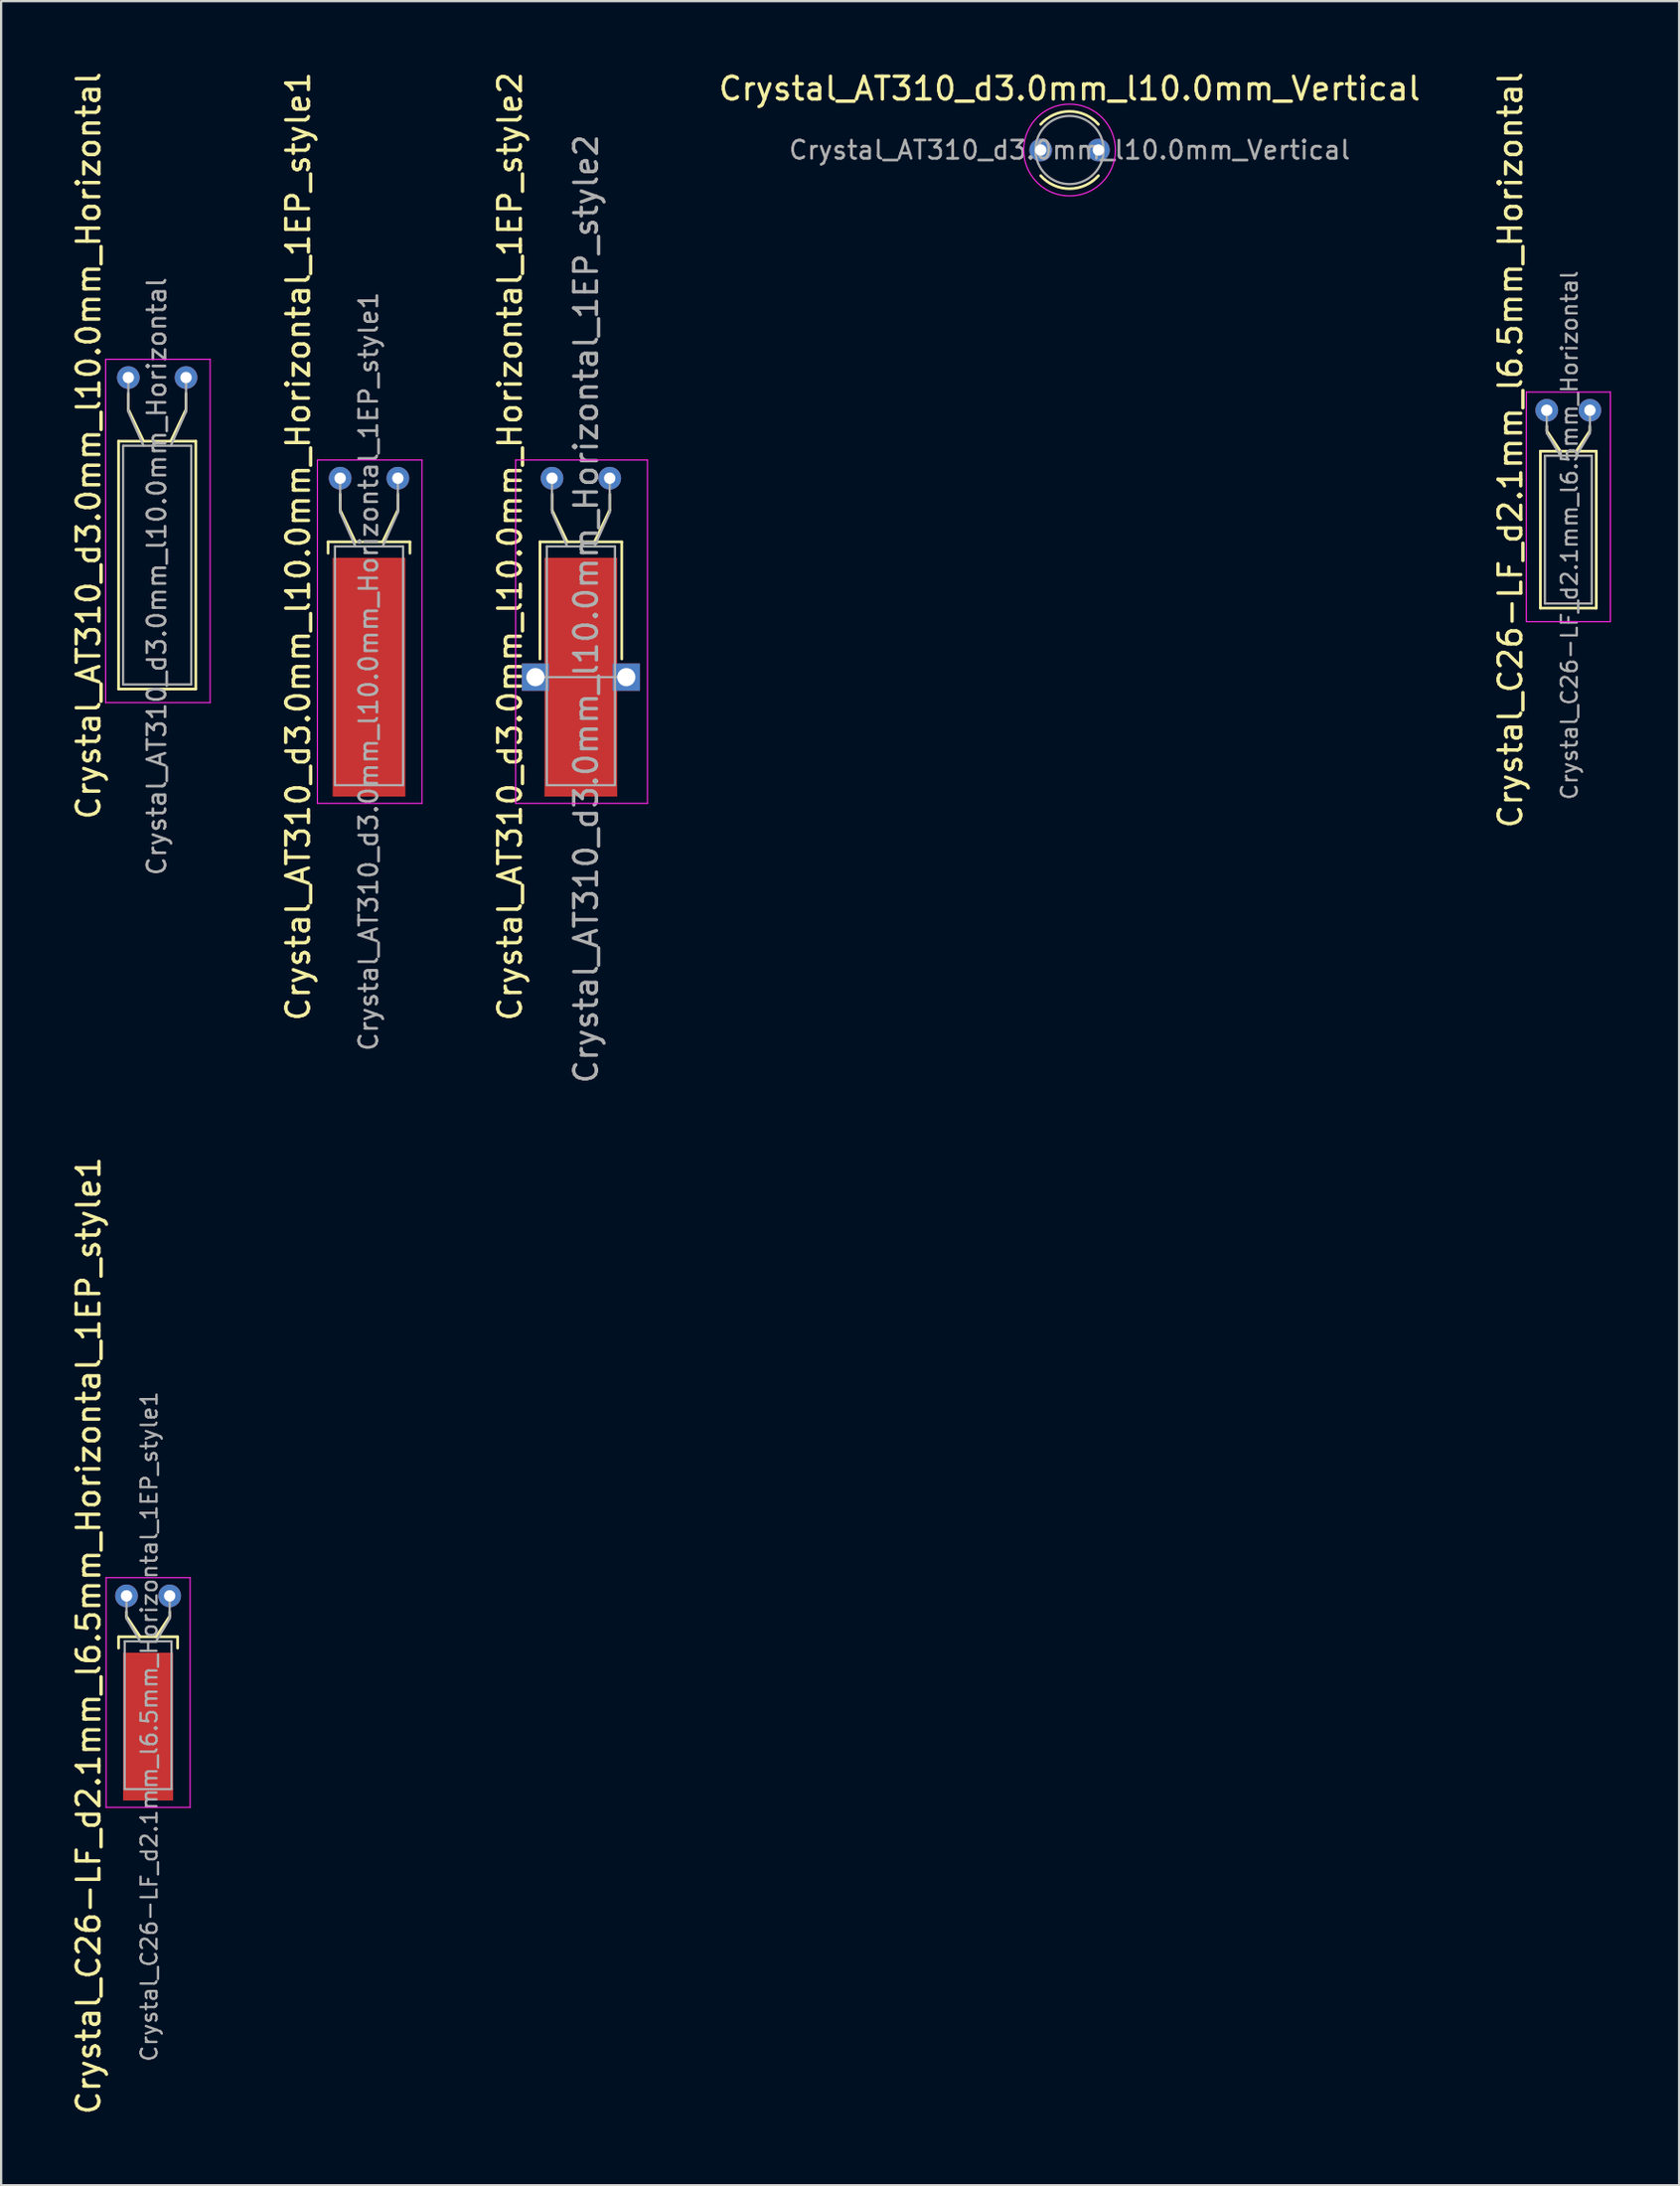
<source format=kicad_pcb>
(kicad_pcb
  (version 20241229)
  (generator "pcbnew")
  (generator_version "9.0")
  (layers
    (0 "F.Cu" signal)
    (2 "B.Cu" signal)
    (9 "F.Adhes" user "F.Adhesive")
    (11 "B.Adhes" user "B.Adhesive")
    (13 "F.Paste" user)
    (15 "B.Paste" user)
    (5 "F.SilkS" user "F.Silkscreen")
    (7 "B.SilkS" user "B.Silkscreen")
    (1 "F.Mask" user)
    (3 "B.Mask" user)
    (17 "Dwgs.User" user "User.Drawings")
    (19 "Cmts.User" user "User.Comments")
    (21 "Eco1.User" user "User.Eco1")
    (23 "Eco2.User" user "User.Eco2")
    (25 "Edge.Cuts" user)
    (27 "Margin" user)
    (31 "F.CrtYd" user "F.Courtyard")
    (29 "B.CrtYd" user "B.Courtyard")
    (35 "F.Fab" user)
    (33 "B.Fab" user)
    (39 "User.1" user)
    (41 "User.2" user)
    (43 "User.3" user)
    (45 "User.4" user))
  (footprint "Crystal_C26-LF_d2.1mm_l6.5mm_Horizontal_1EP_style1"
    (layer "F.Cu")
    (at 2.518 67.137)
    (property "Reference" "Crystal_C26-LF_d2.1mm_l6.5mm_Horizontal_1EP_style1" (at -1.67 1.75 90) (layer "F.SilkS") (effects (font (size 1 1) (thickness 0.15))))
    (attr through_hole)
    (fp_line (start -0.35 1.8) (end 2.25 1.8) (stroke (width 0.12) (type solid)) (layer "F.SilkS"))
    (fp_line (start -0.35 2.3) (end -0.35 1.8) (stroke (width 0.12) (type solid)) (layer "F.SilkS"))
    (fp_line (start 0 0.9) (end 0 0.7) (stroke (width 0.12) (type solid)) (layer "F.SilkS"))
    (fp_line (start 0.6 1.8) (end 0 0.9) (stroke (width 0.12) (type solid)) (layer "F.SilkS"))
    (fp_line (start 1.3 1.8) (end 1.9 0.9) (stroke (width 0.12) (type solid)) (layer "F.SilkS"))
    (fp_line (start 1.9 0.9) (end 1.9 0.7) (stroke (width 0.12) (type solid)) (layer "F.SilkS"))
    (fp_line (start 2.25 1.8) (end 2.25 2.3) (stroke (width 0.12) (type solid)) (layer "F.SilkS"))
    (fp_line (start -0.9 -0.8) (end -0.9 9.3) (stroke (width 0.05) (type solid)) (layer "F.CrtYd"))
    (fp_line (start -0.9 9.3) (end 2.8 9.3) (stroke (width 0.05) (type solid)) (layer "F.CrtYd"))
    (fp_line (start 2.8 -0.8) (end -0.9 -0.8) (stroke (width 0.05) (type solid)) (layer "F.CrtYd"))
    (fp_line (start 2.8 9.3) (end 2.8 -0.8) (stroke (width 0.05) (type solid)) (layer "F.CrtYd"))
    (fp_line (start -0.08 2) (end -0.08 8.5) (stroke (width 0.1) (type solid)) (layer "F.Fab"))
    (fp_line (start -0.08 8.5) (end 1.98 8.5) (stroke (width 0.1) (type solid)) (layer "F.Fab"))
    (fp_line (start 0 1) (end 0 0) (stroke (width 0.1) (type solid)) (layer "F.Fab"))
    (fp_line (start 0.6 2) (end 0 1) (stroke (width 0.1) (type solid)) (layer "F.Fab"))
    (fp_line (start 1.3 2) (end 1.9 1) (stroke (width 0.1) (type solid)) (layer "F.Fab"))
    (fp_line (start 1.9 1) (end 1.9 0) (stroke (width 0.1) (type solid)) (layer "F.Fab"))
    (fp_line (start 1.98 2) (end -0.08 2) (stroke (width 0.1) (type solid)) (layer "F.Fab"))
    (fp_line (start 1.98 8.5) (end 1.98 2) (stroke (width 0.1) (type solid)) (layer "F.Fab"))
    (fp_text user "${REFERENCE}" (at 1 5.75 90) (layer "F.Fab") (effects (font (size 0.7 0.7) (thickness 0.105))))
    (pad "1" thru_hole circle (at 0 0) (size 1 1) (drill 0.5) (layers "*.Cu" "*.Mask"))
    (pad "2" thru_hole circle (at 1.9 0) (size 1 1) (drill 0.5) (layers "*.Cu" "*.Mask"))
    (pad "3" smd rect (at 0.95 5.75) (size 2.2 6.5) (layers "F.Cu" "F.Mask" "F.Paste")))
  (footprint "Crystal_AT310_d3.0mm_l10.0mm_Horizontal_1EP_style1"
    (layer "F.Cu")
    (at 11.921 17.982)
    (property "Reference" "Crystal_AT310_d3.0mm_l10.0mm_Horizontal_1EP_style1" (at -1.85 3 90) (layer "F.SilkS") (effects (font (size 1 1) (thickness 0.15))))
    (attr through_hole)
    (fp_line (start -0.53 2.8) (end 3.07 2.8) (stroke (width 0.12) (type solid)) (layer "F.SilkS"))
    (fp_line (start -0.53 3.3) (end -0.53 2.8) (stroke (width 0.12) (type solid)) (layer "F.SilkS"))
    (fp_line (start 0 1.4) (end 0 0.7) (stroke (width 0.12) (type solid)) (layer "F.SilkS"))
    (fp_line (start 0.67 2.8) (end 0 1.4) (stroke (width 0.12) (type solid)) (layer "F.SilkS"))
    (fp_line (start 1.87 2.8) (end 2.54 1.4) (stroke (width 0.12) (type solid)) (layer "F.SilkS"))
    (fp_line (start 2.54 1.4) (end 2.54 0.7) (stroke (width 0.12) (type solid)) (layer "F.SilkS"))
    (fp_line (start 3.07 2.8) (end 3.07 3.3) (stroke (width 0.12) (type solid)) (layer "F.SilkS"))
    (fp_line (start -1 -0.8) (end -1 14.3) (stroke (width 0.05) (type solid)) (layer "F.CrtYd"))
    (fp_line (start -1 14.3) (end 3.6 14.3) (stroke (width 0.05) (type solid)) (layer "F.CrtYd"))
    (fp_line (start 3.6 -0.8) (end -1 -0.8) (stroke (width 0.05) (type solid)) (layer "F.CrtYd"))
    (fp_line (start 3.6 14.3) (end 3.6 -0.8) (stroke (width 0.05) (type solid)) (layer "F.CrtYd"))
    (fp_line (start -0.23 3) (end -0.23 13.5) (stroke (width 0.1) (type solid)) (layer "F.Fab"))
    (fp_line (start -0.23 13.5) (end 2.77 13.5) (stroke (width 0.1) (type solid)) (layer "F.Fab"))
    (fp_line (start 0 1.5) (end 0 0) (stroke (width 0.1) (type solid)) (layer "F.Fab"))
    (fp_line (start 0.67 3) (end 0 1.5) (stroke (width 0.1) (type solid)) (layer "F.Fab"))
    (fp_line (start 1.87 3) (end 2.54 1.5) (stroke (width 0.1) (type solid)) (layer "F.Fab"))
    (fp_line (start 2.54 1.5) (end 2.54 0) (stroke (width 0.1) (type solid)) (layer "F.Fab"))
    (fp_line (start 2.77 3) (end -0.23 3) (stroke (width 0.1) (type solid)) (layer "F.Fab"))
    (fp_line (start 2.77 13.5) (end 2.77 3) (stroke (width 0.1) (type solid)) (layer "F.Fab"))
    (fp_text user "${REFERENCE}" (at 1.25 8.5 90) (layer "F.Fab") (effects (font (size 0.8 0.8) (thickness 0.12))))
    (pad "1" thru_hole circle (at 0 0) (size 1 1) (drill 0.5) (layers "*.Cu" "*.Mask"))
    (pad "2" thru_hole circle (at 2.54 0) (size 1 1) (drill 0.5) (layers "*.Cu" "*.Mask"))
    (pad "3" smd rect (at 1.27 8.75) (size 3.2 10.5) (layers "F.Cu" "F.Mask" "F.Paste")))
  (footprint "Crystal_AT310_d3.0mm_l10.0mm_Vertical"
    (layer "F.Cu")
    (at 42.753 3.548)
    (property "Reference" "Crystal_AT310_d3.0mm_l10.0mm_Vertical" (at 1.27 -2.7 0) (layer "F.SilkS") (effects (font (size 1 1) (thickness 0.15))))
    (attr through_hole)
    (fp_arc (start 0 -1.130088) (mid 1.270408 -1.7) (end 2.540542 -1.129479) (stroke (width 0.12) (type solid)) (layer "F.SilkS"))
    (fp_arc (start 2.540542 1.129479) (mid 1.270408 1.7) (end 0 1.130088) (stroke (width 0.12) (type solid)) (layer "F.SilkS"))
    (fp_circle (center 1.27 0) (end 3.29 0) (stroke (width 0.05) (type solid)) (fill no) (layer "F.CrtYd"))
    (fp_circle (center 1.27 0) (end 2.77 0) (stroke (width 0.1) (type solid)) (fill no) (layer "F.Fab"))
    (fp_text user "${REFERENCE}" (at 1.27 0 0) (layer "F.Fab") (effects (font (size 0.8 0.8) (thickness 0.12))))
    (pad "1" thru_hole circle (at 0 0) (size 1 1) (drill 0.5) (layers "*.Cu" "*.Mask"))
    (pad "2" thru_hole circle (at 2.54 0) (size 1 1) (drill 0.5) (layers "*.Cu" "*.Mask")))
  (footprint "Crystal_C26-LF_d2.1mm_l6.5mm_Horizontal"
    (layer "F.Cu")
    (at 65.025 14.994)
    (property "Reference" "Crystal_C26-LF_d2.1mm_l6.5mm_Horizontal" (at -1.6 1.75 90) (layer "F.SilkS") (effects (font (size 1 1) (thickness 0.15))))
    (attr through_hole)
    (fp_line (start -0.28 1.8) (end -0.28 8.7) (stroke (width 0.12) (type solid)) (layer "F.SilkS"))
    (fp_line (start -0.28 8.7) (end 2.18 8.7) (stroke (width 0.12) (type solid)) (layer "F.SilkS"))
    (fp_line (start 0 0.9) (end 0 0.7) (stroke (width 0.12) (type solid)) (layer "F.SilkS"))
    (fp_line (start 0.6 1.8) (end 0 0.9) (stroke (width 0.12) (type solid)) (layer "F.SilkS"))
    (fp_line (start 1.3 1.8) (end 1.9 0.9) (stroke (width 0.12) (type solid)) (layer "F.SilkS"))
    (fp_line (start 1.9 0.9) (end 1.9 0.7) (stroke (width 0.12) (type solid)) (layer "F.SilkS"))
    (fp_line (start 2.18 1.8) (end -0.28 1.8) (stroke (width 0.12) (type solid)) (layer "F.SilkS"))
    (fp_line (start 2.18 8.7) (end 2.18 1.8) (stroke (width 0.12) (type solid)) (layer "F.SilkS"))
    (fp_line (start -0.9 -0.8) (end -0.9 9.3) (stroke (width 0.05) (type solid)) (layer "F.CrtYd"))
    (fp_line (start -0.9 9.3) (end 2.8 9.3) (stroke (width 0.05) (type solid)) (layer "F.CrtYd"))
    (fp_line (start 2.8 -0.8) (end -0.9 -0.8) (stroke (width 0.05) (type solid)) (layer "F.CrtYd"))
    (fp_line (start 2.8 9.3) (end 2.8 -0.8) (stroke (width 0.05) (type solid)) (layer "F.CrtYd"))
    (fp_line (start -0.08 2) (end -0.08 8.5) (stroke (width 0.1) (type solid)) (layer "F.Fab"))
    (fp_line (start -0.08 8.5) (end 1.98 8.5) (stroke (width 0.1) (type solid)) (layer "F.Fab"))
    (fp_line (start 0 1) (end 0 0) (stroke (width 0.1) (type solid)) (layer "F.Fab"))
    (fp_line (start 0.6 2) (end 0 1) (stroke (width 0.1) (type solid)) (layer "F.Fab"))
    (fp_line (start 1.3 2) (end 1.9 1) (stroke (width 0.1) (type solid)) (layer "F.Fab"))
    (fp_line (start 1.9 1) (end 1.9 0) (stroke (width 0.1) (type solid)) (layer "F.Fab"))
    (fp_line (start 1.98 2) (end -0.08 2) (stroke (width 0.1) (type solid)) (layer "F.Fab"))
    (fp_line (start 1.98 8.5) (end 1.98 2) (stroke (width 0.1) (type solid)) (layer "F.Fab"))
    (fp_text user "${REFERENCE}" (at 1 5.5 90) (layer "F.Fab") (effects (font (size 0.7 0.7) (thickness 0.105))))
    (pad "1" thru_hole circle (at 0 0) (size 1 1) (drill 0.5) (layers "*.Cu" "*.Mask"))
    (pad "2" thru_hole circle (at 1.9 0) (size 1 1) (drill 0.5) (layers "*.Cu" "*.Mask")))
  (footprint "Crystal_AT310_d3.0mm_l10.0mm_Horizontal"
    (layer "F.Cu")
    (at 2.598 13.554)
    (property "Reference" "Crystal_AT310_d3.0mm_l10.0mm_Horizontal" (at -1.75 3 90) (layer "F.SilkS") (effects (font (size 1 1) (thickness 0.15))))
    (attr through_hole)
    (fp_line (start -0.43 2.8) (end -0.43 13.7) (stroke (width 0.12) (type solid)) (layer "F.SilkS"))
    (fp_line (start -0.43 13.7) (end 2.97 13.7) (stroke (width 0.12) (type solid)) (layer "F.SilkS"))
    (fp_line (start 0 1.4) (end 0 0.7) (stroke (width 0.12) (type solid)) (layer "F.SilkS"))
    (fp_line (start 0.67 2.8) (end 0 1.4) (stroke (width 0.12) (type solid)) (layer "F.SilkS"))
    (fp_line (start 1.87 2.8) (end 2.54 1.4) (stroke (width 0.12) (type solid)) (layer "F.SilkS"))
    (fp_line (start 2.54 1.4) (end 2.54 0.7) (stroke (width 0.12) (type solid)) (layer "F.SilkS"))
    (fp_line (start 2.97 2.8) (end -0.43 2.8) (stroke (width 0.12) (type solid)) (layer "F.SilkS"))
    (fp_line (start 2.97 13.7) (end 2.97 2.8) (stroke (width 0.12) (type solid)) (layer "F.SilkS"))
    (fp_line (start -1 -0.8) (end -1 14.3) (stroke (width 0.05) (type solid)) (layer "F.CrtYd"))
    (fp_line (start -1 14.3) (end 3.6 14.3) (stroke (width 0.05) (type solid)) (layer "F.CrtYd"))
    (fp_line (start 3.6 -0.8) (end -1 -0.8) (stroke (width 0.05) (type solid)) (layer "F.CrtYd"))
    (fp_line (start 3.6 14.3) (end 3.6 -0.8) (stroke (width 0.05) (type solid)) (layer "F.CrtYd"))
    (fp_line (start -0.23 3) (end -0.23 13.5) (stroke (width 0.1) (type solid)) (layer "F.Fab"))
    (fp_line (start -0.23 13.5) (end 2.77 13.5) (stroke (width 0.1) (type solid)) (layer "F.Fab"))
    (fp_line (start 0 1.5) (end 0 0) (stroke (width 0.1) (type solid)) (layer "F.Fab"))
    (fp_line (start 0.67 3) (end 0 1.5) (stroke (width 0.1) (type solid)) (layer "F.Fab"))
    (fp_line (start 1.87 3) (end 2.54 1.5) (stroke (width 0.1) (type solid)) (layer "F.Fab"))
    (fp_line (start 2.54 1.5) (end 2.54 0) (stroke (width 0.1) (type solid)) (layer "F.Fab"))
    (fp_line (start 2.77 3) (end -0.23 3) (stroke (width 0.1) (type solid)) (layer "F.Fab"))
    (fp_line (start 2.77 13.5) (end 2.77 3) (stroke (width 0.1) (type solid)) (layer "F.Fab"))
    (fp_text user "${REFERENCE}" (at 1.25 8.75 90) (layer "F.Fab") (effects (font (size 0.8 0.8) (thickness 0.12))))
    (pad "1" thru_hole circle (at 0 0) (size 1 1) (drill 0.5) (layers "*.Cu" "*.Mask"))
    (pad "2" thru_hole circle (at 2.54 0) (size 1 1) (drill 0.5) (layers "*.Cu" "*.Mask")))
  (footprint "Crystal_AT310_d3.0mm_l10.0mm_Horizontal_1EP_style2"
    (layer "F.Cu")
    (at 21.245 17.982)
    (property "Reference" "Crystal_AT310_d3.0mm_l10.0mm_Horizontal_1EP_style2" (at -1.85 3 90) (layer "F.SilkS") (effects (font (size 1 1) (thickness 0.15))))
    (attr through_hole)
    (fp_line (start -0.53 2.8) (end 3.07 2.8) (stroke (width 0.12) (type solid)) (layer "F.SilkS"))
    (fp_line (start -0.53 7.95) (end -0.53 2.8) (stroke (width 0.12) (type solid)) (layer "F.SilkS"))
    (fp_line (start 0 1.4) (end 0 0.7) (stroke (width 0.12) (type solid)) (layer "F.SilkS"))
    (fp_line (start 0.67 2.8) (end 0 1.4) (stroke (width 0.12) (type solid)) (layer "F.SilkS"))
    (fp_line (start 1.87 2.8) (end 2.54 1.4) (stroke (width 0.12) (type solid)) (layer "F.SilkS"))
    (fp_line (start 2.54 1.4) (end 2.54 0.7) (stroke (width 0.12) (type solid)) (layer "F.SilkS"))
    (fp_line (start 3.07 2.8) (end 3.07 7.95) (stroke (width 0.12) (type solid)) (layer "F.SilkS"))
    (fp_line (start -1.6 -0.8) (end -1.6 14.3) (stroke (width 0.05) (type solid)) (layer "F.CrtYd"))
    (fp_line (start -1.6 14.3) (end 4.2 14.3) (stroke (width 0.05) (type solid)) (layer "F.CrtYd"))
    (fp_line (start 4.2 -0.8) (end -1.6 -0.8) (stroke (width 0.05) (type solid)) (layer "F.CrtYd"))
    (fp_line (start 4.2 14.3) (end 4.2 -0.8) (stroke (width 0.05) (type solid)) (layer "F.CrtYd"))
    (fp_line (start -0.73 8.75) (end 3.27 8.75) (stroke (width 0.1) (type solid)) (layer "F.Fab"))
    (fp_line (start -0.23 3) (end -0.23 13.5) (stroke (width 0.1) (type solid)) (layer "F.Fab"))
    (fp_line (start -0.23 13.5) (end 2.77 13.5) (stroke (width 0.1) (type solid)) (layer "F.Fab"))
    (fp_line (start 0 1.5) (end 0 0) (stroke (width 0.1) (type solid)) (layer "F.Fab"))
    (fp_line (start 0.67 3) (end 0 1.5) (stroke (width 0.1) (type solid)) (layer "F.Fab"))
    (fp_line (start 1.87 3) (end 2.54 1.5) (stroke (width 0.1) (type solid)) (layer "F.Fab"))
    (fp_line (start 2.54 1.5) (end 2.54 0) (stroke (width 0.1) (type solid)) (layer "F.Fab"))
    (fp_line (start 2.77 3) (end -0.23 3) (stroke (width 0.1) (type solid)) (layer "F.Fab"))
    (fp_line (start 2.77 13.5) (end 2.77 3) (stroke (width 0.1) (type solid)) (layer "F.Fab"))
    (fp_text user "${REFERENCE}" (at 1.5 5.75 90) (layer "F.Fab") (effects (font (size 1 1) (thickness 0.15))))
    (pad "1" thru_hole circle (at 0 0) (size 1 1) (drill 0.5) (layers "*.Cu" "*.Mask"))
    (pad "2" thru_hole circle (at 2.54 0) (size 1 1) (drill 0.5) (layers "*.Cu" "*.Mask"))
    (pad "3" thru_hole rect (at -0.73 8.75) (size 1.2 1.2) (drill 0.8) (layers "*.Cu" "*.Mask"))
    (pad "3" smd rect (at 1.27 8.75) (size 3.2 10.5) (layers "F.Cu" "F.Mask" "F.Paste"))
    (pad "3" thru_hole rect (at 3.27 8.75) (size 1.2 1.2) (drill 0.8) (layers "*.Cu" "*.Mask")))
  (gr_rect
    (start -3 -3)
    (end 70.85 93.06)
    (stroke (width 0.1) (type default))
    (fill no)
    (layer "Edge.Cuts")))
</source>
